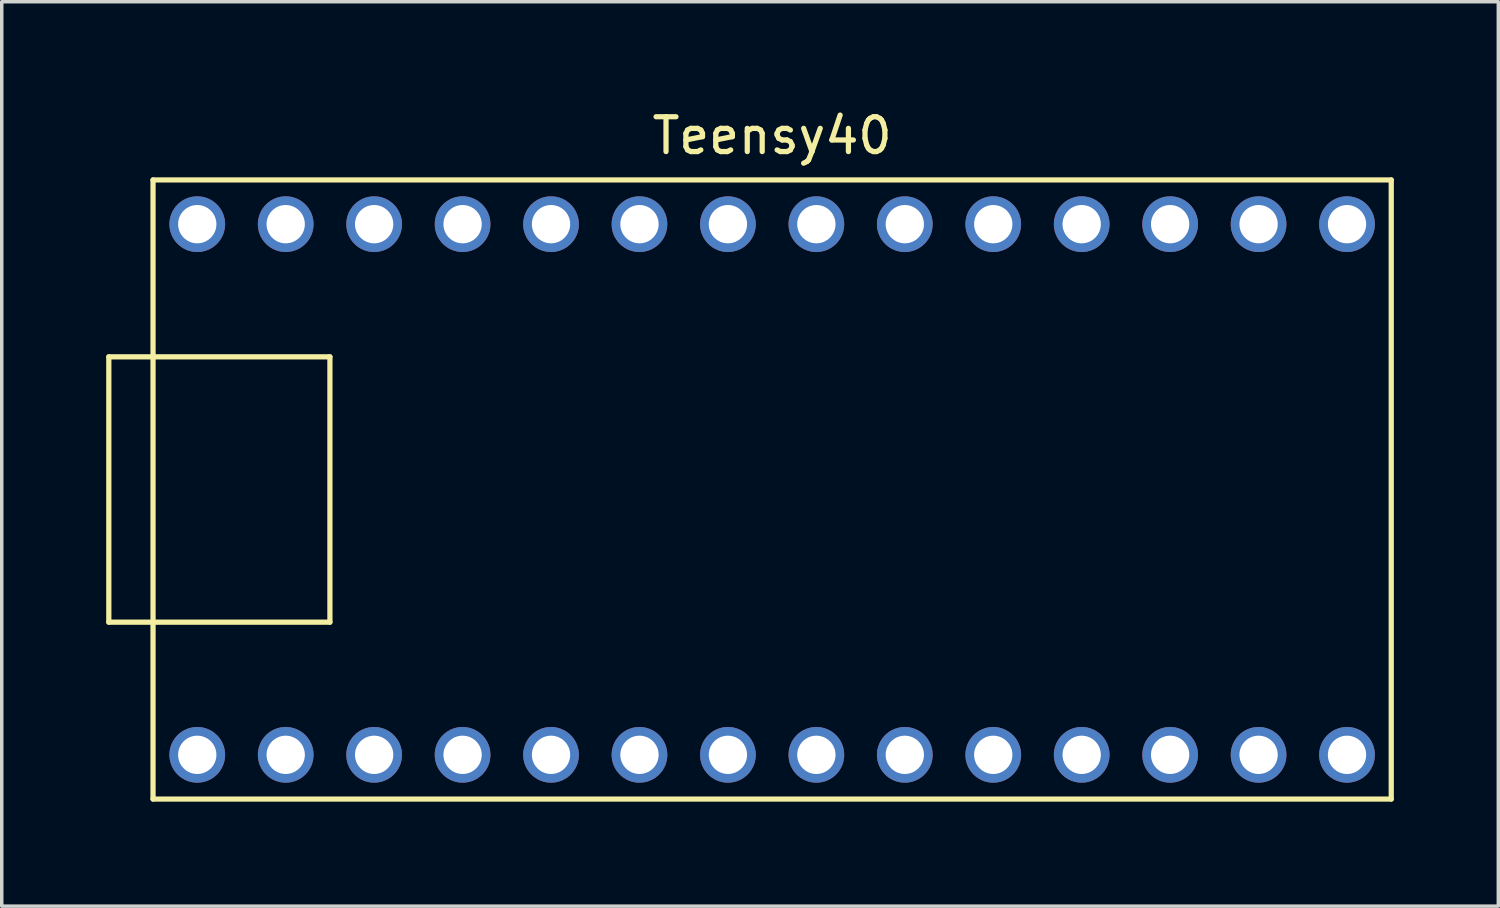
<source format=kicad_pcb>
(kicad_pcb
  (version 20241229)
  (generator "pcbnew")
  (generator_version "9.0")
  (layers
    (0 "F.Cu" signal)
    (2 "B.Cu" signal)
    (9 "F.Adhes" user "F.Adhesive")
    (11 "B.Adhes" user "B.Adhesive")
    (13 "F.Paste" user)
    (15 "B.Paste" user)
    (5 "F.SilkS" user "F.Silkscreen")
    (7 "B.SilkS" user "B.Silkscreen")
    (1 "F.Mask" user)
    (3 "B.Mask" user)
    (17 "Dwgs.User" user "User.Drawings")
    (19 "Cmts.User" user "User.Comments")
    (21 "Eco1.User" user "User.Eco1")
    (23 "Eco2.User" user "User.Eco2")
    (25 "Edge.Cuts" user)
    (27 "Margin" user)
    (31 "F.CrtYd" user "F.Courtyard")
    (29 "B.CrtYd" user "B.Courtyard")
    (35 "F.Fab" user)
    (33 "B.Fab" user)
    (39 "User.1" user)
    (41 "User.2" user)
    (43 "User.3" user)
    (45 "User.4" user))
  (footprint "Teensy40"
    (layer "F.Cu")
    (at 19.125 11.008)
    (property "Reference" "Teensy40" (at 0 -10.16 0) (layer "F.SilkS") (effects (font (size 1 1) (thickness 0.15))))
    (attr through_hole)
    (fp_line (start -19.05 -3.81) (end -17.78 -3.81) (stroke (width 0.15) (type solid)) (layer "F.SilkS"))
    (fp_line (start -19.05 3.81) (end -19.05 -3.81) (stroke (width 0.15) (type solid)) (layer "F.SilkS"))
    (fp_line (start -17.78 -8.89) (end 17.78 -8.89) (stroke (width 0.15) (type solid)) (layer "F.SilkS"))
    (fp_line (start -17.78 3.81) (end -19.05 3.81) (stroke (width 0.15) (type solid)) (layer "F.SilkS"))
    (fp_line (start -17.78 8.89) (end -17.78 -8.89) (stroke (width 0.15) (type solid)) (layer "F.SilkS"))
    (fp_line (start -12.7 -3.81) (end -17.78 -3.81) (stroke (width 0.15) (type solid)) (layer "F.SilkS"))
    (fp_line (start -12.7 3.81) (end -17.78 3.81) (stroke (width 0.15) (type solid)) (layer "F.SilkS"))
    (fp_line (start -12.7 3.81) (end -12.7 -3.81) (stroke (width 0.15) (type solid)) (layer "F.SilkS"))
    (fp_line (start 17.78 -8.89) (end 17.78 8.89) (stroke (width 0.15) (type solid)) (layer "F.SilkS"))
    (fp_line (start 17.78 8.89) (end -17.78 8.89) (stroke (width 0.15) (type solid)) (layer "F.SilkS"))
    (pad "1" thru_hole circle (at -16.51 7.62) (size 1.6 1.6) (drill 1.1) (layers "*.Cu" "*.Mask"))
    (pad "2" thru_hole circle (at -13.97 7.62) (size 1.6 1.6) (drill 1.1) (layers "*.Cu" "*.Mask"))
    (pad "3" thru_hole circle (at -11.43 7.62) (size 1.6 1.6) (drill 1.1) (layers "*.Cu" "*.Mask"))
    (pad "4" thru_hole circle (at -8.89 7.62) (size 1.6 1.6) (drill 1.1) (layers "*.Cu" "*.Mask"))
    (pad "5" thru_hole circle (at -6.35 7.62) (size 1.6 1.6) (drill 1.1) (layers "*.Cu" "*.Mask"))
    (pad "6" thru_hole circle (at -3.81 7.62) (size 1.6 1.6) (drill 1.1) (layers "*.Cu" "*.Mask"))
    (pad "7" thru_hole circle (at -1.27 7.62) (size 1.6 1.6) (drill 1.1) (layers "*.Cu" "*.Mask"))
    (pad "8" thru_hole circle (at 1.27 7.62) (size 1.6 1.6) (drill 1.1) (layers "*.Cu" "*.Mask"))
    (pad "9" thru_hole circle (at 3.81 7.62) (size 1.6 1.6) (drill 1.1) (layers "*.Cu" "*.Mask"))
    (pad "10" thru_hole circle (at 6.35 7.62) (size 1.6 1.6) (drill 1.1) (layers "*.Cu" "*.Mask"))
    (pad "11" thru_hole circle (at 8.89 7.62) (size 1.6 1.6) (drill 1.1) (layers "*.Cu" "*.Mask"))
    (pad "12" thru_hole circle (at 11.43 7.62) (size 1.6 1.6) (drill 1.1) (layers "*.Cu" "*.Mask"))
    (pad "13" thru_hole circle (at 13.97 7.62) (size 1.6 1.6) (drill 1.1) (layers "*.Cu" "*.Mask"))
    (pad "14" thru_hole circle (at 16.51 7.62) (size 1.6 1.6) (drill 1.1) (layers "*.Cu" "*.Mask"))
    (pad "20" thru_hole circle (at 16.51 -7.62) (size 1.6 1.6) (drill 1.1) (layers "*.Cu" "*.Mask"))
    (pad "21" thru_hole circle (at 13.97 -7.62) (size 1.6 1.6) (drill 1.1) (layers "*.Cu" "*.Mask"))
    (pad "22" thru_hole circle (at 11.43 -7.62) (size 1.6 1.6) (drill 1.1) (layers "*.Cu" "*.Mask"))
    (pad "23" thru_hole circle (at 8.89 -7.62) (size 1.6 1.6) (drill 1.1) (layers "*.Cu" "*.Mask"))
    (pad "24" thru_hole circle (at 6.35 -7.62) (size 1.6 1.6) (drill 1.1) (layers "*.Cu" "*.Mask"))
    (pad "25" thru_hole circle (at 3.81 -7.62) (size 1.6 1.6) (drill 1.1) (layers "*.Cu" "*.Mask"))
    (pad "26" thru_hole circle (at 1.27 -7.62) (size 1.6 1.6) (drill 1.1) (layers "*.Cu" "*.Mask"))
    (pad "27" thru_hole circle (at -1.27 -7.62) (size 1.6 1.6) (drill 1.1) (layers "*.Cu" "*.Mask"))
    (pad "28" thru_hole circle (at -3.81 -7.62) (size 1.6 1.6) (drill 1.1) (layers "*.Cu" "*.Mask"))
    (pad "29" thru_hole circle (at -6.35 -7.62) (size 1.6 1.6) (drill 1.1) (layers "*.Cu" "*.Mask"))
    (pad "30" thru_hole circle (at -8.89 -7.62) (size 1.6 1.6) (drill 1.1) (layers "*.Cu" "*.Mask"))
    (pad "31" thru_hole circle (at -11.43 -7.62) (size 1.6 1.6) (drill 1.1) (layers "*.Cu" "*.Mask"))
    (pad "32" thru_hole circle (at -13.97 -7.62) (size 1.6 1.6) (drill 1.1) (layers "*.Cu" "*.Mask"))
    (pad "33" thru_hole circle (at -16.51 -7.62) (size 1.6 1.6) (drill 1.1) (layers "*.Cu" "*.Mask")))
  (gr_rect
    (start -3 -3)
    (end 39.98 22.973)
    (stroke (width 0.1) (type default))
    (fill no)
    (layer "Edge.Cuts")))
</source>
